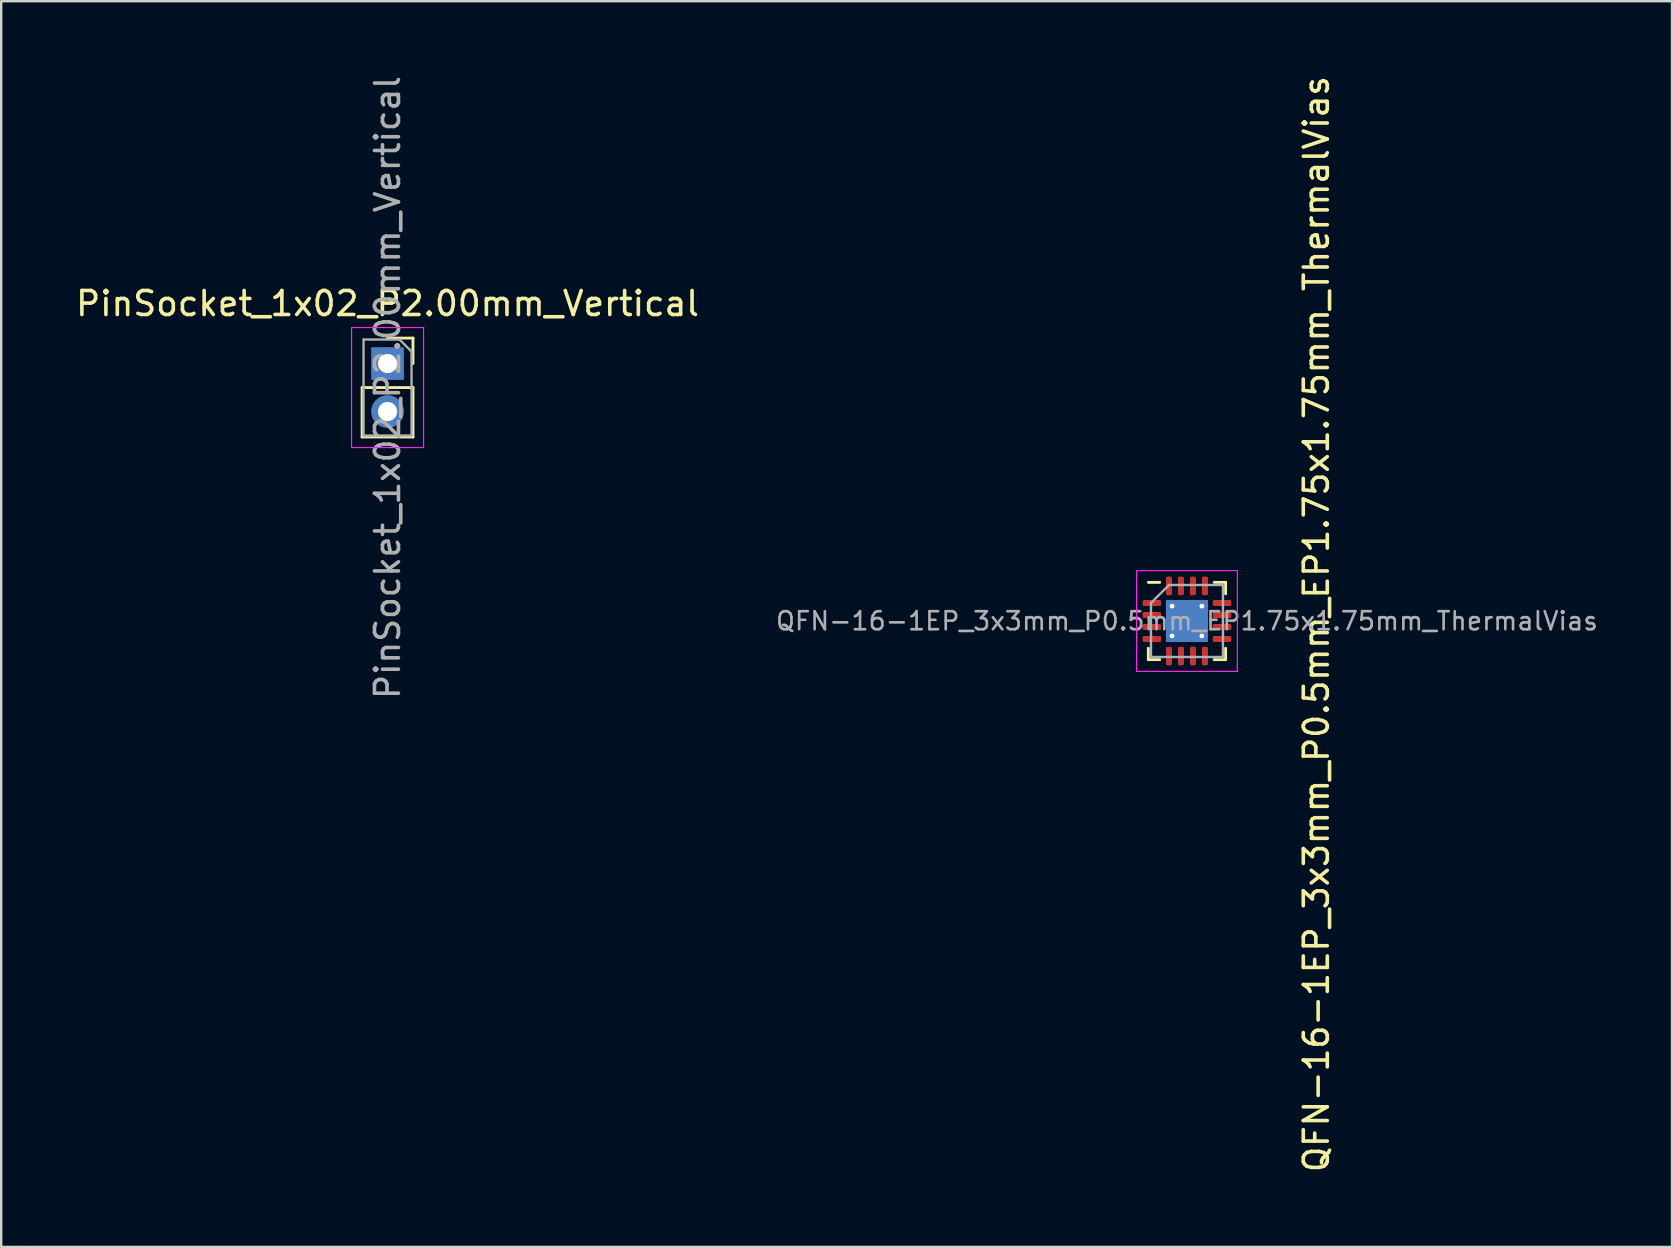
<source format=kicad_pcb>
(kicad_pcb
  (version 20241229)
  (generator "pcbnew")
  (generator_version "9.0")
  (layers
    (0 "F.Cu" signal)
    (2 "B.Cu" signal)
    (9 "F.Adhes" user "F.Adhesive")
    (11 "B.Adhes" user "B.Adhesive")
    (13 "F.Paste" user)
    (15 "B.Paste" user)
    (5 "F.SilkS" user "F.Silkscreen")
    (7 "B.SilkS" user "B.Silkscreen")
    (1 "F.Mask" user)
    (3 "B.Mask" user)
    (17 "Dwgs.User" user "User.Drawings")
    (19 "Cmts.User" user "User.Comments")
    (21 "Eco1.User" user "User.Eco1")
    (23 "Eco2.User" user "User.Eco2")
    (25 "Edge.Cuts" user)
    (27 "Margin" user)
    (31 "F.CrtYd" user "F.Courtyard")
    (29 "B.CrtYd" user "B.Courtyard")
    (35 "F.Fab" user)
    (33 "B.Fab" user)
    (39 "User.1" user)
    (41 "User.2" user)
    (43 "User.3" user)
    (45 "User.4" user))
  (footprint "QFN-16-1EP_3x3mm_P0.5mm_EP1.75x1.75mm_ThermalVias"
    (layer "F.Cu")
    (at 46.417 22.831)
    (property "Reference" "QFN-16-1EP_3x3mm_P0.5mm_EP1.75x1.75mm_ThermalVias" (at 5.393 0.127 90) (layer "F.SilkS") (effects (font (size 1 1) (thickness 0.15))))
    (attr smd)
    (fp_line (start -1.61 1.61) (end -1.61 1.135) (stroke (width 0.12) (type solid)) (layer "F.SilkS"))
    (fp_line (start -1.135 -1.61) (end -1.61 -1.61) (stroke (width 0.12) (type solid)) (layer "F.SilkS"))
    (fp_line (start -1.135 1.61) (end -1.61 1.61) (stroke (width 0.12) (type solid)) (layer "F.SilkS"))
    (fp_line (start 1.135 -1.61) (end 1.61 -1.61) (stroke (width 0.12) (type solid)) (layer "F.SilkS"))
    (fp_line (start 1.135 1.61) (end 1.61 1.61) (stroke (width 0.12) (type solid)) (layer "F.SilkS"))
    (fp_line (start 1.61 -1.61) (end 1.61 -1.135) (stroke (width 0.12) (type solid)) (layer "F.SilkS"))
    (fp_line (start 1.61 1.61) (end 1.61 1.135) (stroke (width 0.12) (type solid)) (layer "F.SilkS"))
    (fp_line (start -2.1 -2.1) (end -2.1 2.1) (stroke (width 0.05) (type solid)) (layer "F.CrtYd"))
    (fp_line (start -2.1 2.1) (end 2.1 2.1) (stroke (width 0.05) (type solid)) (layer "F.CrtYd"))
    (fp_line (start 2.1 -2.1) (end -2.1 -2.1) (stroke (width 0.05) (type solid)) (layer "F.CrtYd"))
    (fp_line (start 2.1 2.1) (end 2.1 -2.1) (stroke (width 0.05) (type solid)) (layer "F.CrtYd"))
    (fp_line (start -1.5 -0.75) (end -0.75 -1.5) (stroke (width 0.1) (type solid)) (layer "F.Fab"))
    (fp_line (start -1.5 1.5) (end -1.5 -0.75) (stroke (width 0.1) (type solid)) (layer "F.Fab"))
    (fp_line (start -0.75 -1.5) (end 1.5 -1.5) (stroke (width 0.1) (type solid)) (layer "F.Fab"))
    (fp_line (start 1.5 -1.5) (end 1.5 1.5) (stroke (width 0.1) (type solid)) (layer "F.Fab"))
    (fp_line (start 1.5 1.5) (end -1.5 1.5) (stroke (width 0.1) (type solid)) (layer "F.Fab"))
    (fp_text user "${REFERENCE}" (at 0 0 0) (layer "F.Fab") (effects (font (size 0.75 0.75) (thickness 0.11))))
    (pad "" smd roundrect (at -0.44 -0.44 180) (size 0.76 0.76) (layers "F.Paste") (roundrect_rratio 0.25))
    (pad "" smd roundrect (at -0.44 0.44 180) (size 0.76 0.76) (layers "F.Paste") (roundrect_rratio 0.25))
    (pad "" smd roundrect (at 0.44 -0.44 180) (size 0.76 0.76) (layers "F.Paste") (roundrect_rratio 0.25))
    (pad "" smd roundrect (at 0.44 0.44 180) (size 0.76 0.76) (layers "F.Paste") (roundrect_rratio 0.25))
    (pad "1" smd roundrect (at -1.462 -0.75 180) (size 0.775 0.25) (layers "F.Cu" "F.Mask" "F.Paste") (roundrect_rratio 0.25))
    (pad "2" smd roundrect (at -1.462 -0.25 180) (size 0.775 0.25) (layers "F.Cu" "F.Mask" "F.Paste") (roundrect_rratio 0.25))
    (pad "3" smd roundrect (at -1.462 0.25 180) (size 0.775 0.25) (layers "F.Cu" "F.Mask" "F.Paste") (roundrect_rratio 0.25))
    (pad "4" smd roundrect (at -1.462 0.75 180) (size 0.775 0.25) (layers "F.Cu" "F.Mask" "F.Paste") (roundrect_rratio 0.25))
    (pad "5" smd roundrect (at -0.75 1.462 180) (size 0.25 0.775) (layers "F.Cu" "F.Mask" "F.Paste") (roundrect_rratio 0.25))
    (pad "6" smd roundrect (at -0.25 1.462 180) (size 0.25 0.775) (layers "F.Cu" "F.Mask" "F.Paste") (roundrect_rratio 0.25))
    (pad "7" smd roundrect (at 0.25 1.462 180) (size 0.25 0.775) (layers "F.Cu" "F.Mask" "F.Paste") (roundrect_rratio 0.25))
    (pad "8" smd roundrect (at 0.75 1.462 180) (size 0.25 0.775) (layers "F.Cu" "F.Mask" "F.Paste") (roundrect_rratio 0.25))
    (pad "9" smd roundrect (at 1.462 0.75 180) (size 0.775 0.25) (layers "F.Cu" "F.Mask" "F.Paste") (roundrect_rratio 0.25))
    (pad "10" smd roundrect (at 1.462 0.25 180) (size 0.775 0.25) (layers "F.Cu" "F.Mask" "F.Paste") (roundrect_rratio 0.25))
    (pad "11" smd roundrect (at 1.462 -0.25 180) (size 0.775 0.25) (layers "F.Cu" "F.Mask" "F.Paste") (roundrect_rratio 0.25))
    (pad "12" smd roundrect (at 1.462 -0.75 180) (size 0.775 0.25) (layers "F.Cu" "F.Mask" "F.Paste") (roundrect_rratio 0.25))
    (pad "13" smd roundrect (at 0.75 -1.462 180) (size 0.25 0.775) (layers "F.Cu" "F.Mask" "F.Paste") (roundrect_rratio 0.25))
    (pad "14" smd roundrect (at 0.25 -1.462 180) (size 0.25 0.775) (layers "F.Cu" "F.Mask" "F.Paste") (roundrect_rratio 0.25))
    (pad "15" smd roundrect (at -0.25 -1.462 180) (size 0.25 0.775) (layers "F.Cu" "F.Mask" "F.Paste") (roundrect_rratio 0.25))
    (pad "16" smd roundrect (at -0.75 -1.462 180) (size 0.25 0.775) (layers "F.Cu" "F.Mask" "F.Paste") (roundrect_rratio 0.25))
    (pad "17" thru_hole circle (at -0.62 -0.62 180) (size 0.52 0.52) (drill 0.2) (layers "*.Cu"))
    (pad "17" thru_hole circle (at -0.62 0.62 180) (size 0.52 0.52) (drill 0.2) (layers "*.Cu"))
    (pad "17" smd rect (at 0 0 180) (size 1.75 1.75) (layers "F.Cu" "F.Mask"))
    (pad "17" smd rect (at 0 0 180) (size 1.75 1.75) (layers "B.Cu"))
    (pad "17" thru_hole circle (at 0.62 -0.62 180) (size 0.52 0.52) (drill 0.2) (layers "*.Cu"))
    (pad "17" thru_hole circle (at 0.62 0.62 180) (size 0.52 0.52) (drill 0.2) (layers "*.Cu")))
  (footprint "PinSocket_1x02_P2.00mm_Vertical"
    (layer "F.Cu")
    (at 13.101 12.101)
    (property "Reference" "PinSocket_1x02_P2.00mm_Vertical" (at 0 -2.5 0) (layer "F.SilkS") (effects (font (size 1 1) (thickness 0.15))))
    (attr through_hole)
    (fp_line (start -1.06 1) (end -1.06 3.06) (stroke (width 0.12) (type solid)) (layer "F.SilkS"))
    (fp_line (start -1.06 1) (end 1.06 1) (stroke (width 0.12) (type solid)) (layer "F.SilkS"))
    (fp_line (start -1.06 3.06) (end 1.06 3.06) (stroke (width 0.12) (type solid)) (layer "F.SilkS"))
    (fp_line (start 0 -1.06) (end 1.06 -1.06) (stroke (width 0.12) (type solid)) (layer "F.SilkS"))
    (fp_line (start 1.06 -1.06) (end 1.06 0) (stroke (width 0.12) (type solid)) (layer "F.SilkS"))
    (fp_line (start 1.06 1) (end 1.06 3.06) (stroke (width 0.12) (type solid)) (layer "F.SilkS"))
    (fp_line (start -1.5 -1.5) (end 1.5 -1.5) (stroke (width 0.05) (type solid)) (layer "F.CrtYd"))
    (fp_line (start -1.5 3.5) (end -1.5 -1.5) (stroke (width 0.05) (type solid)) (layer "F.CrtYd"))
    (fp_line (start 1.5 -1.5) (end 1.5 3.5) (stroke (width 0.05) (type solid)) (layer "F.CrtYd"))
    (fp_line (start 1.5 3.5) (end -1.5 3.5) (stroke (width 0.05) (type solid)) (layer "F.CrtYd"))
    (fp_line (start -1 -1) (end 0.5 -1) (stroke (width 0.1) (type solid)) (layer "F.Fab"))
    (fp_line (start -1 3) (end -1 -1) (stroke (width 0.1) (type solid)) (layer "F.Fab"))
    (fp_line (start 0.5 -1) (end 1 -0.5) (stroke (width 0.1) (type solid)) (layer "F.Fab"))
    (fp_line (start 1 -0.5) (end 1 3) (stroke (width 0.1) (type solid)) (layer "F.Fab"))
    (fp_line (start 1 3) (end -1 3) (stroke (width 0.1) (type solid)) (layer "F.Fab"))
    (fp_text user "${REFERENCE}" (at 0 1 90) (layer "F.Fab") (effects (font (size 1 1) (thickness 0.15))))
    (pad "1" thru_hole rect (at 0 0 180) (size 1.35 1.35) (drill 0.8) (layers "*.Cu" "*.Mask"))
    (pad "2" thru_hole oval (at 0 2 180) (size 1.35 1.35) (drill 0.8) (layers "*.Cu" "*.Mask")))
  (gr_rect
    (start -3 -3)
    (end 66.632 48.917)
    (stroke (width 0.1) (type default))
    (fill no)
    (layer "Edge.Cuts")))
</source>
